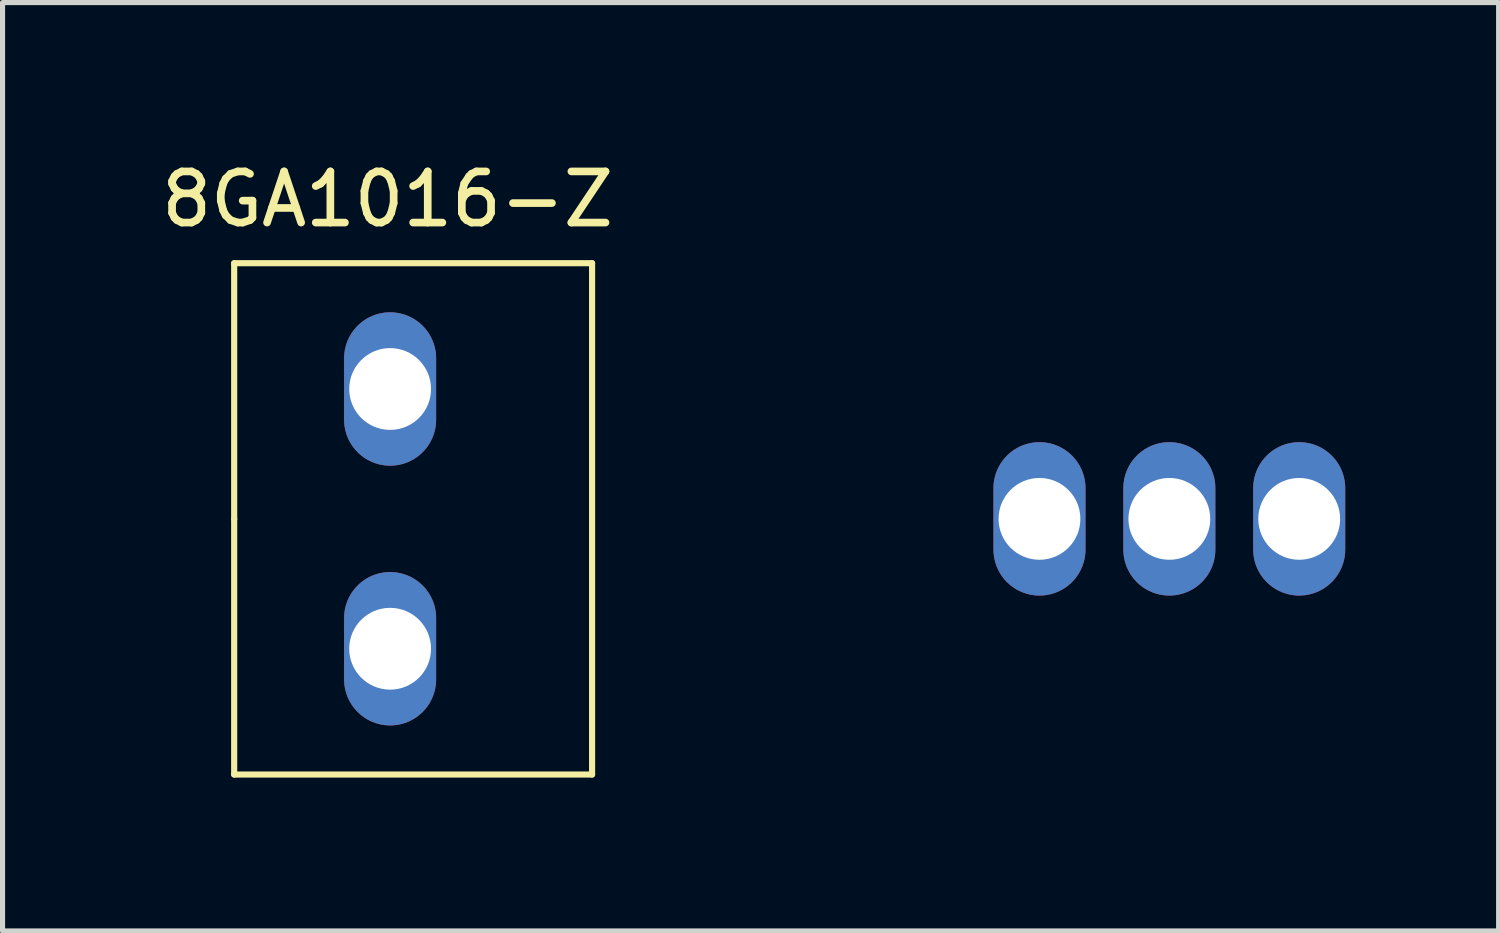
<source format=kicad_pcb>
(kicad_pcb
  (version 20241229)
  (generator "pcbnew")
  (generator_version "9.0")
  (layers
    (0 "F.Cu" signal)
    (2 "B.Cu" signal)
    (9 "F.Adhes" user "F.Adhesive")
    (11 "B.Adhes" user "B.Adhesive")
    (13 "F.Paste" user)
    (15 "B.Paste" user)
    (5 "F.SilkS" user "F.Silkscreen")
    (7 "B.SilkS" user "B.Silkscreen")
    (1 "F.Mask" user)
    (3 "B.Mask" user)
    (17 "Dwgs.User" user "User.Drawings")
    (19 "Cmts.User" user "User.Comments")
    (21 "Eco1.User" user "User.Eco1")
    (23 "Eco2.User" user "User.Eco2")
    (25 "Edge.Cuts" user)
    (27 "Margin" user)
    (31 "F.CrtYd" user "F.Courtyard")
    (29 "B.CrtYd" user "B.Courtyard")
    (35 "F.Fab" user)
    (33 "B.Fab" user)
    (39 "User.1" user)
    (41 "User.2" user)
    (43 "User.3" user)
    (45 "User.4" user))
  (footprint "8GA1016-Z"
    (layer "F.Cu")
    (at 17.28 7.098)
    (property "Reference" "8GA1016-Z" (at -12.75 -6.25 0) (layer "F.SilkS") (effects (font (size 1 1) (thickness 0.15))))
    (attr through_hole)
    (fp_line (start -15.75 -5) (end -8.75 -5) (stroke (width 0.12) (type solid)) (layer "F.SilkS"))
    (fp_line (start -15.75 0) (end -15.75 -5) (stroke (width 0.12) (type solid)) (layer "F.SilkS"))
    (fp_line (start -15.75 5) (end -15.75 0) (stroke (width 0.12) (type solid)) (layer "F.SilkS"))
    (fp_line (start -8.75 -5) (end -8.75 5) (stroke (width 0.12) (type solid)) (layer "F.SilkS"))
    (fp_line (start -8.75 5) (end -15.75 5) (stroke (width 0.12) (type solid)) (layer "F.SilkS"))
    (pad "1" thru_hole oval (at 0 0) (size 1.8 3) (drill 1.6) (layers "*.Cu" "*.Mask"))
    (pad "2" thru_hole oval (at 2.54 0) (size 1.8 3) (drill 1.6) (layers "*.Cu" "*.Mask"))
    (pad "3" thru_hole oval (at 5.08 0) (size 1.8 3) (drill 1.6) (layers "*.Cu" "*.Mask"))
    (pad "4" thru_hole oval (at -12.7 -2.54) (size 1.8 3) (drill 1.6) (layers "*.Cu" "*.Mask"))
    (pad "5" thru_hole oval (at -12.7 2.54) (size 1.8 3) (drill 1.6) (layers "*.Cu" "*.Mask")))
  (gr_rect
    (start -3 -3)
    (end 26.26 15.158)
    (stroke (width 0.1) (type default))
    (fill no)
    (layer "Edge.Cuts")))
</source>
